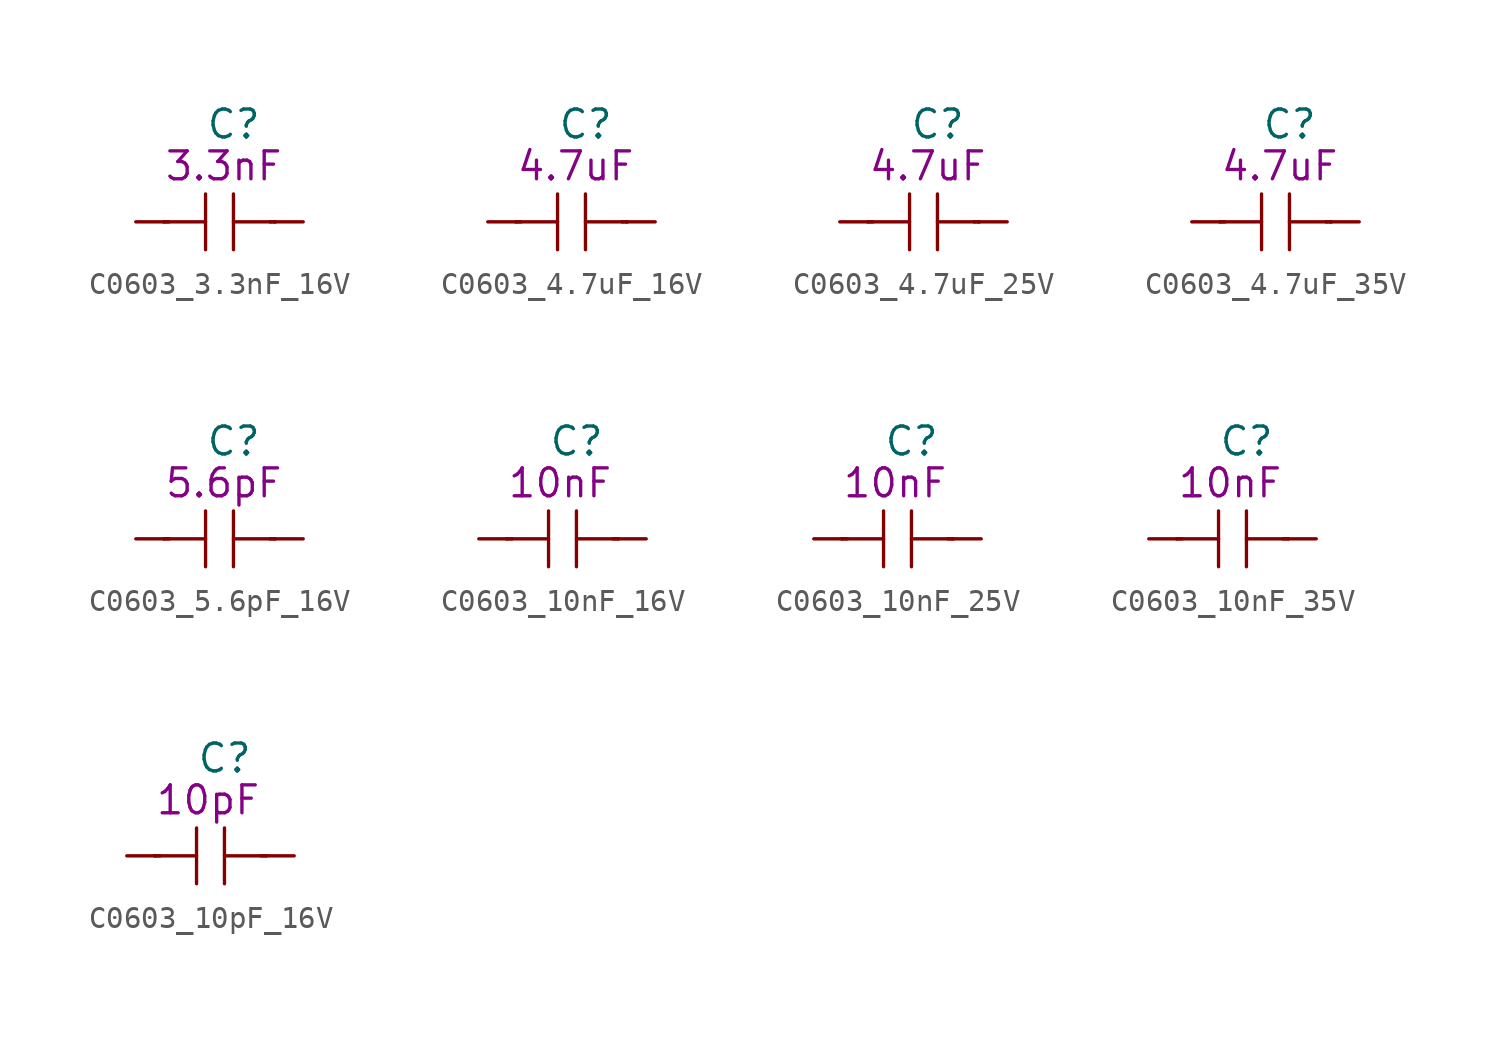
<source format=kicad_sym>
(kicad_symbol_lib
  (version 20211014)
  (generator kicad_symbol_editor)
  (symbol "C0603_3.3nF_16V"
    (pin_numbers hide)
    (pin_names
      (offset 1.016))
    (property "Reference" "C"
      (at -0.635 4.445 0)
      (effects (font (size 1.27 1.27)) (justify left)))
    (property "Symbol" "3.3nF"
      (at -2.54 2.54 0)
      (effects (font (size 1.27 1.27)) (justify left)))
    (symbol "C0603_3.3nF_16V_1_1"
      (polyline (pts (xy -2.54 0) (xy -0.635 0)) (stroke (width 0) (type default) (color 0 0 0 0)) (fill (type none)))
      (polyline (pts (xy -2.286 0) (xy -2.54 0)) (stroke (width 0) (type default) (color 0 0 0 0)) (fill (type none)))
      (polyline (pts (xy -0.635 1.27) (xy -0.635 -1.27)) (stroke (width 0) (type default) (color 0 0 0 0)) (fill (type none)))
      (polyline (pts (xy 0.635 0) (xy 2.54 0)) (stroke (width 0) (type default) (color 0 0 0 0)) (fill (type none)))
      (polyline (pts (xy 0.635 1.27) (xy 0.635 -1.27)) (stroke (width 0) (type default) (color 0 0 0 0)) (fill (type none)))
      (polyline (pts (xy 2.286 0) (xy 2.54 0)) (stroke (width 0) (type default) (color 0 0 0 0)) (fill (type none)))
      (pin passive line (at -3.81 0 0) (length 1.27) (name "~" (effects (font (size 1.27 1.27)))) (number "1" (effects (font (size 1.27 1.27)))))
      (pin passive line (at 3.81 0 180) (length 1.27) (name "~" (effects (font (size 1.27 1.27)))) (number "2" (effects (font (size 1.27 1.27)))))))
  (symbol "C0603_4.7uF_16V"
    (pin_numbers hide)
    (pin_names
      (offset 1.016))
    (property "Reference" "C"
      (at -0.635 4.445 0)
      (effects (font (size 1.27 1.27)) (justify left)))
    (property "Symbol" "4.7uF"
      (at -2.54 2.54 0)
      (effects (font (size 1.27 1.27)) (justify left)))
    (symbol "C0603_4.7uF_16V_1_1"
      (polyline (pts (xy -2.54 0) (xy -0.635 0)) (stroke (width 0) (type default) (color 0 0 0 0)) (fill (type none)))
      (polyline (pts (xy -2.286 0) (xy -2.54 0)) (stroke (width 0) (type default) (color 0 0 0 0)) (fill (type none)))
      (polyline (pts (xy -0.635 1.27) (xy -0.635 -1.27)) (stroke (width 0) (type default) (color 0 0 0 0)) (fill (type none)))
      (polyline (pts (xy 0.635 0) (xy 2.54 0)) (stroke (width 0) (type default) (color 0 0 0 0)) (fill (type none)))
      (polyline (pts (xy 0.635 1.27) (xy 0.635 -1.27)) (stroke (width 0) (type default) (color 0 0 0 0)) (fill (type none)))
      (polyline (pts (xy 2.286 0) (xy 2.54 0)) (stroke (width 0) (type default) (color 0 0 0 0)) (fill (type none)))
      (pin passive line (at -3.81 0 0) (length 1.27) (name "~" (effects (font (size 1.27 1.27)))) (number "1" (effects (font (size 1.27 1.27)))))
      (pin passive line (at 3.81 0 180) (length 1.27) (name "~" (effects (font (size 1.27 1.27)))) (number "2" (effects (font (size 1.27 1.27)))))))
  (symbol "C0603_4.7uF_25V"
    (pin_numbers hide)
    (pin_names
      (offset 1.016))
    (property "Reference" "C"
      (at -0.635 4.445 0)
      (effects (font (size 1.27 1.27)) (justify left)))
    (property "Symbol" "4.7uF"
      (at -2.54 2.54 0)
      (effects (font (size 1.27 1.27)) (justify left)))
    (symbol "C0603_4.7uF_25V_1_1"
      (polyline (pts (xy -2.54 0) (xy -0.635 0)) (stroke (width 0) (type default) (color 0 0 0 0)) (fill (type none)))
      (polyline (pts (xy -2.286 0) (xy -2.54 0)) (stroke (width 0) (type default) (color 0 0 0 0)) (fill (type none)))
      (polyline (pts (xy -0.635 1.27) (xy -0.635 -1.27)) (stroke (width 0) (type default) (color 0 0 0 0)) (fill (type none)))
      (polyline (pts (xy 0.635 0) (xy 2.54 0)) (stroke (width 0) (type default) (color 0 0 0 0)) (fill (type none)))
      (polyline (pts (xy 0.635 1.27) (xy 0.635 -1.27)) (stroke (width 0) (type default) (color 0 0 0 0)) (fill (type none)))
      (polyline (pts (xy 2.286 0) (xy 2.54 0)) (stroke (width 0) (type default) (color 0 0 0 0)) (fill (type none)))
      (pin passive line (at -3.81 0 0) (length 1.27) (name "~" (effects (font (size 1.27 1.27)))) (number "1" (effects (font (size 1.27 1.27)))))
      (pin passive line (at 3.81 0 180) (length 1.27) (name "~" (effects (font (size 1.27 1.27)))) (number "2" (effects (font (size 1.27 1.27)))))))
  (symbol "C0603_4.7uF_35V"
    (pin_numbers hide)
    (pin_names
      (offset 1.016))
    (property "Reference" "C"
      (at -0.635 4.445 0)
      (effects (font (size 1.27 1.27)) (justify left)))
    (property "Symbol" "4.7uF"
      (at -2.54 2.54 0)
      (effects (font (size 1.27 1.27)) (justify left)))
    (symbol "C0603_4.7uF_35V_1_1"
      (polyline (pts (xy -2.54 0) (xy -0.635 0)) (stroke (width 0) (type default) (color 0 0 0 0)) (fill (type none)))
      (polyline (pts (xy -2.286 0) (xy -2.54 0)) (stroke (width 0) (type default) (color 0 0 0 0)) (fill (type none)))
      (polyline (pts (xy -0.635 1.27) (xy -0.635 -1.27)) (stroke (width 0) (type default) (color 0 0 0 0)) (fill (type none)))
      (polyline (pts (xy 0.635 0) (xy 2.54 0)) (stroke (width 0) (type default) (color 0 0 0 0)) (fill (type none)))
      (polyline (pts (xy 0.635 1.27) (xy 0.635 -1.27)) (stroke (width 0) (type default) (color 0 0 0 0)) (fill (type none)))
      (polyline (pts (xy 2.286 0) (xy 2.54 0)) (stroke (width 0) (type default) (color 0 0 0 0)) (fill (type none)))
      (pin passive line (at -3.81 0 0) (length 1.27) (name "~" (effects (font (size 1.27 1.27)))) (number "1" (effects (font (size 1.27 1.27)))))
      (pin passive line (at 3.81 0 180) (length 1.27) (name "~" (effects (font (size 1.27 1.27)))) (number "2" (effects (font (size 1.27 1.27)))))))
  (symbol "C0603_5.6pF_16V"
    (pin_numbers hide)
    (pin_names
      (offset 1.016))
    (property "Reference" "C"
      (at -0.635 4.445 0)
      (effects (font (size 1.27 1.27)) (justify left)))
    (property "Symbol" "5.6pF"
      (at -2.54 2.54 0)
      (effects (font (size 1.27 1.27)) (justify left)))
    (symbol "C0603_5.6pF_16V_1_1"
      (polyline (pts (xy -2.54 0) (xy -0.635 0)) (stroke (width 0) (type default) (color 0 0 0 0)) (fill (type none)))
      (polyline (pts (xy -2.286 0) (xy -2.54 0)) (stroke (width 0) (type default) (color 0 0 0 0)) (fill (type none)))
      (polyline (pts (xy -0.635 1.27) (xy -0.635 -1.27)) (stroke (width 0) (type default) (color 0 0 0 0)) (fill (type none)))
      (polyline (pts (xy 0.635 0) (xy 2.54 0)) (stroke (width 0) (type default) (color 0 0 0 0)) (fill (type none)))
      (polyline (pts (xy 0.635 1.27) (xy 0.635 -1.27)) (stroke (width 0) (type default) (color 0 0 0 0)) (fill (type none)))
      (polyline (pts (xy 2.286 0) (xy 2.54 0)) (stroke (width 0) (type default) (color 0 0 0 0)) (fill (type none)))
      (pin passive line (at -3.81 0 0) (length 1.27) (name "~" (effects (font (size 1.27 1.27)))) (number "1" (effects (font (size 1.27 1.27)))))
      (pin passive line (at 3.81 0 180) (length 1.27) (name "~" (effects (font (size 1.27 1.27)))) (number "2" (effects (font (size 1.27 1.27)))))))
  (symbol "C0603_10nF_16V"
    (pin_numbers hide)
    (pin_names
      (offset 1.016))
    (property "Reference" "C"
      (at -0.635 4.445 0)
      (effects (font (size 1.27 1.27)) (justify left)))
    (property "Symbol" "10nF"
      (at -2.54 2.54 0)
      (effects (font (size 1.27 1.27)) (justify left)))
    (symbol "C0603_10nF_16V_1_1"
      (polyline (pts (xy -2.54 0) (xy -0.635 0)) (stroke (width 0) (type default) (color 0 0 0 0)) (fill (type none)))
      (polyline (pts (xy -2.286 0) (xy -2.54 0)) (stroke (width 0) (type default) (color 0 0 0 0)) (fill (type none)))
      (polyline (pts (xy -0.635 1.27) (xy -0.635 -1.27)) (stroke (width 0) (type default) (color 0 0 0 0)) (fill (type none)))
      (polyline (pts (xy 0.635 0) (xy 2.54 0)) (stroke (width 0) (type default) (color 0 0 0 0)) (fill (type none)))
      (polyline (pts (xy 0.635 1.27) (xy 0.635 -1.27)) (stroke (width 0) (type default) (color 0 0 0 0)) (fill (type none)))
      (polyline (pts (xy 2.286 0) (xy 2.54 0)) (stroke (width 0) (type default) (color 0 0 0 0)) (fill (type none)))
      (pin passive line (at -3.81 0 0) (length 1.27) (name "~" (effects (font (size 1.27 1.27)))) (number "1" (effects (font (size 1.27 1.27)))))
      (pin passive line (at 3.81 0 180) (length 1.27) (name "~" (effects (font (size 1.27 1.27)))) (number "2" (effects (font (size 1.27 1.27)))))))
  (symbol "C0603_10nF_25V"
    (pin_numbers hide)
    (pin_names
      (offset 1.016))
    (property "Reference" "C"
      (at -0.635 4.445 0)
      (effects (font (size 1.27 1.27)) (justify left)))
    (property "Symbol" "10nF"
      (at -2.54 2.54 0)
      (effects (font (size 1.27 1.27)) (justify left)))
    (symbol "C0603_10nF_25V_1_1"
      (polyline (pts (xy -2.54 0) (xy -0.635 0)) (stroke (width 0) (type default) (color 0 0 0 0)) (fill (type none)))
      (polyline (pts (xy -2.286 0) (xy -2.54 0)) (stroke (width 0) (type default) (color 0 0 0 0)) (fill (type none)))
      (polyline (pts (xy -0.635 1.27) (xy -0.635 -1.27)) (stroke (width 0) (type default) (color 0 0 0 0)) (fill (type none)))
      (polyline (pts (xy 0.635 0) (xy 2.54 0)) (stroke (width 0) (type default) (color 0 0 0 0)) (fill (type none)))
      (polyline (pts (xy 0.635 1.27) (xy 0.635 -1.27)) (stroke (width 0) (type default) (color 0 0 0 0)) (fill (type none)))
      (polyline (pts (xy 2.286 0) (xy 2.54 0)) (stroke (width 0) (type default) (color 0 0 0 0)) (fill (type none)))
      (pin passive line (at -3.81 0 0) (length 1.27) (name "~" (effects (font (size 1.27 1.27)))) (number "1" (effects (font (size 1.27 1.27)))))
      (pin passive line (at 3.81 0 180) (length 1.27) (name "~" (effects (font (size 1.27 1.27)))) (number "2" (effects (font (size 1.27 1.27)))))))
  (symbol "C0603_10nF_35V"
    (pin_numbers hide)
    (pin_names
      (offset 1.016))
    (property "Reference" "C"
      (at -0.635 4.445 0)
      (effects (font (size 1.27 1.27)) (justify left)))
    (property "Symbol" "10nF"
      (at -2.54 2.54 0)
      (effects (font (size 1.27 1.27)) (justify left)))
    (symbol "C0603_10nF_35V_1_1"
      (polyline (pts (xy -2.54 0) (xy -0.635 0)) (stroke (width 0) (type default) (color 0 0 0 0)) (fill (type none)))
      (polyline (pts (xy -2.286 0) (xy -2.54 0)) (stroke (width 0) (type default) (color 0 0 0 0)) (fill (type none)))
      (polyline (pts (xy -0.635 1.27) (xy -0.635 -1.27)) (stroke (width 0) (type default) (color 0 0 0 0)) (fill (type none)))
      (polyline (pts (xy 0.635 0) (xy 2.54 0)) (stroke (width 0) (type default) (color 0 0 0 0)) (fill (type none)))
      (polyline (pts (xy 0.635 1.27) (xy 0.635 -1.27)) (stroke (width 0) (type default) (color 0 0 0 0)) (fill (type none)))
      (polyline (pts (xy 2.286 0) (xy 2.54 0)) (stroke (width 0) (type default) (color 0 0 0 0)) (fill (type none)))
      (pin passive line (at -3.81 0 0) (length 1.27) (name "~" (effects (font (size 1.27 1.27)))) (number "1" (effects (font (size 1.27 1.27)))))
      (pin passive line (at 3.81 0 180) (length 1.27) (name "~" (effects (font (size 1.27 1.27)))) (number "2" (effects (font (size 1.27 1.27)))))))
  (symbol "C0603_10pF_16V"
    (pin_numbers hide)
    (pin_names
      (offset 1.016))
    (property "Reference" "C"
      (at -0.635 4.445 0)
      (effects (font (size 1.27 1.27)) (justify left)))
    (property "Symbol" "10pF"
      (at -2.54 2.54 0)
      (effects (font (size 1.27 1.27)) (justify left)))
    (symbol "C0603_10pF_16V_1_1"
      (polyline (pts (xy -2.54 0) (xy -0.635 0)) (stroke (width 0) (type default) (color 0 0 0 0)) (fill (type none)))
      (polyline (pts (xy -2.286 0) (xy -2.54 0)) (stroke (width 0) (type default) (color 0 0 0 0)) (fill (type none)))
      (polyline (pts (xy -0.635 1.27) (xy -0.635 -1.27)) (stroke (width 0) (type default) (color 0 0 0 0)) (fill (type none)))
      (polyline (pts (xy 0.635 0) (xy 2.54 0)) (stroke (width 0) (type default) (color 0 0 0 0)) (fill (type none)))
      (polyline (pts (xy 0.635 1.27) (xy 0.635 -1.27)) (stroke (width 0) (type default) (color 0 0 0 0)) (fill (type none)))
      (polyline (pts (xy 2.286 0) (xy 2.54 0)) (stroke (width 0) (type default) (color 0 0 0 0)) (fill (type none)))
      (pin passive line (at -3.81 0 0) (length 1.27) (name "~" (effects (font (size 1.27 1.27)))) (number "1" (effects (font (size 1.27 1.27)))))
      (pin passive line (at 3.81 0 180) (length 1.27) (name "~" (effects (font (size 1.27 1.27)))) (number "2" (effects (font (size 1.27 1.27))))))))
</source>
